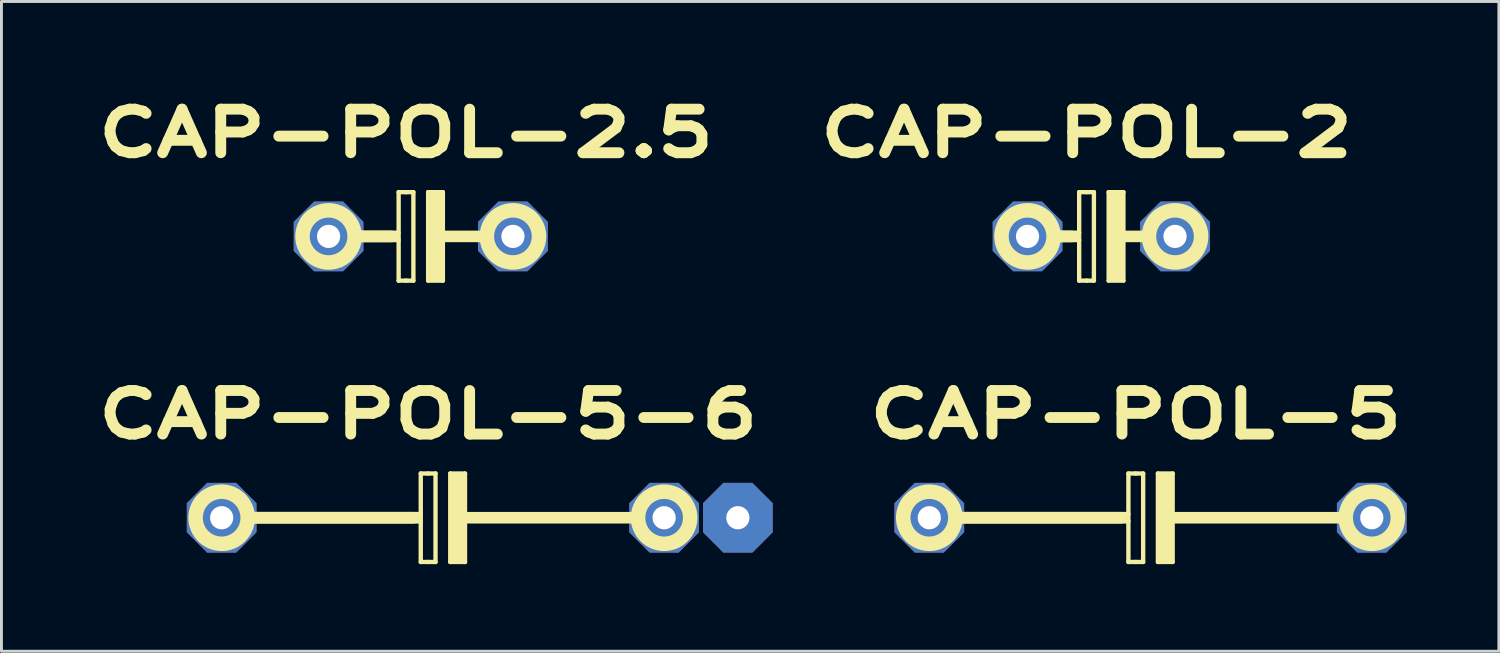
<source format=kicad_pcb>
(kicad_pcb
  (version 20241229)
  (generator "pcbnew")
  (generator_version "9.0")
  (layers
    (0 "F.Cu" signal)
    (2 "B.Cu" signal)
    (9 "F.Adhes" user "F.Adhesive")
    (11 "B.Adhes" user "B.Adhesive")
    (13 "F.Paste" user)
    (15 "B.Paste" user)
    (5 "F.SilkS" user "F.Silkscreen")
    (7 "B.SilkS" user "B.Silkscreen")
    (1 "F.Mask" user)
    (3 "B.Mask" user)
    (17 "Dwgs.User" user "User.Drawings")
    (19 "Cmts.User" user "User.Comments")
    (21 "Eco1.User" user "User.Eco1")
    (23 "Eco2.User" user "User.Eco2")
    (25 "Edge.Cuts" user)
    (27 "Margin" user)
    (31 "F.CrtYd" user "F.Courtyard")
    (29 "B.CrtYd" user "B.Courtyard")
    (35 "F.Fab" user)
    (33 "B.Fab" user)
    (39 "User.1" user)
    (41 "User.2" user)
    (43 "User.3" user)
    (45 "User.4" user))
  (footprint "CAP-POL-2"
    (layer "F.Cu")
    (at 34.881 5.092)
    (property "Reference" "CAP-POL-2" (at -0.508 -3.556 0) (layer "F.SilkS") (effects (font (size 1.5 2) (thickness 0.375))))
    (attr through_hole)
    (fp_line (start -1.642 0) (end -1.016 0) (stroke (width 0.4) (type solid)) (layer "F.SilkS"))
    (fp_line (start -1.524 -0.127) (end -1.524 0.127) (stroke (width 0.15) (type solid)) (layer "F.SilkS"))
    (fp_line (start -1.524 0.127) (end -0.762 0.127) (stroke (width 0.15) (type solid)) (layer "F.SilkS"))
    (fp_line (start -0.762 -1.524) (end -0.762 1.524) (stroke (width 0.15) (type solid)) (layer "F.SilkS"))
    (fp_line (start -0.762 -0.127) (end -1.524 -0.127) (stroke (width 0.15) (type solid)) (layer "F.SilkS"))
    (fp_line (start -0.762 1.524) (end -0.508 1.524) (stroke (width 0.15) (type solid)) (layer "F.SilkS"))
    (fp_line (start -0.508 -1.524) (end -0.762 -1.524) (stroke (width 0.15) (type solid)) (layer "F.SilkS"))
    (fp_line (start -0.508 1.524) (end -0.254 1.524) (stroke (width 0.15) (type solid)) (layer "F.SilkS"))
    (fp_line (start -0.254 -1.524) (end -0.508 -1.524) (stroke (width 0.15) (type solid)) (layer "F.SilkS"))
    (fp_line (start -0.254 1.524) (end -0.254 -1.524) (stroke (width 0.15) (type solid)) (layer "F.SilkS"))
    (fp_line (start 0.254 -1.524) (end 0.254 1.524) (stroke (width 0.15) (type solid)) (layer "F.SilkS"))
    (fp_line (start 0.254 1.524) (end 0.762 1.524) (stroke (width 0.15) (type solid)) (layer "F.SilkS"))
    (fp_line (start 0.508 -1.27) (end 0.508 1.27) (stroke (width 0.6) (type solid)) (layer "F.SilkS"))
    (fp_line (start 0.762 -1.524) (end 0.254 -1.524) (stroke (width 0.15) (type solid)) (layer "F.SilkS"))
    (fp_line (start 0.762 0) (end 1.642 0) (stroke (width 0.4) (type solid)) (layer "F.SilkS"))
    (fp_line (start 0.762 1.524) (end 0.762 -1.524) (stroke (width 0.15) (type solid)) (layer "F.SilkS"))
    (fp_circle (center -2.54 0) (end -1.642 0) (stroke (width 0.5) (type solid)) (fill no) (layer "F.SilkS"))
    (fp_circle (center 2.54 0) (end 3.438 0) (stroke (width 0.5) (type solid)) (fill no) (layer "F.SilkS"))
    (pad "1" thru_hole custom (at -2.54 0) (size 1.524 1.524) (drill 0.8) (layers "*.Cu" "*.Mask") (options (anchor rect)) (primitives (gr_poly (pts (xy -1.2 0.5) (xy -1.2 -0.5) (xy -0.5 -1.2) (xy 0.5 -1.2) (xy 1.2 -0.5) (xy 1.2 0.5) (xy 0.5 1.2) (xy -0.5 1.2)) (width 0) (fill yes))))
    (pad "2" thru_hole custom (at 2.54 0) (size 1.524 1.524) (drill 0.8) (layers "*.Cu" "*.Mask") (options (anchor rect)) (primitives (gr_poly (pts (xy -1.2 0.5) (xy -1.2 -0.5) (xy -0.5 -1.2) (xy 0.5 -1.2) (xy 1.2 -0.5) (xy 1.2 0.5) (xy 0.5 1.2) (xy -0.5 1.2)) (width 0) (fill yes)))))
  (footprint "CAP-POL-2.5"
    (layer "F.Cu")
    (at 11.442 5.092)
    (property "Reference" "CAP-POL-2.5" (at -0.508 -3.556 0) (layer "F.SilkS") (effects (font (size 1.5 2) (thickness 0.375))))
    (attr through_hole)
    (fp_line (start -2.286 0.127) (end -0.762 0.127) (stroke (width 0.15) (type solid)) (layer "F.SilkS"))
    (fp_line (start -2.277 0) (end -1.016 0) (stroke (width 0.4) (type solid)) (layer "F.SilkS"))
    (fp_line (start -0.762 -1.524) (end -0.762 1.524) (stroke (width 0.15) (type solid)) (layer "F.SilkS"))
    (fp_line (start -0.762 -0.127) (end -2.286 -0.127) (stroke (width 0.15) (type solid)) (layer "F.SilkS"))
    (fp_line (start -0.762 1.524) (end -0.508 1.524) (stroke (width 0.15) (type solid)) (layer "F.SilkS"))
    (fp_line (start -0.508 -1.524) (end -0.762 -1.524) (stroke (width 0.15) (type solid)) (layer "F.SilkS"))
    (fp_line (start -0.508 1.524) (end -0.254 1.524) (stroke (width 0.15) (type solid)) (layer "F.SilkS"))
    (fp_line (start -0.254 -1.524) (end -0.508 -1.524) (stroke (width 0.15) (type solid)) (layer "F.SilkS"))
    (fp_line (start -0.254 1.524) (end -0.254 -1.524) (stroke (width 0.15) (type solid)) (layer "F.SilkS"))
    (fp_line (start 0.254 -1.524) (end 0.254 1.524) (stroke (width 0.15) (type solid)) (layer "F.SilkS"))
    (fp_line (start 0.254 1.524) (end 0.762 1.524) (stroke (width 0.15) (type solid)) (layer "F.SilkS"))
    (fp_line (start 0.508 -1.27) (end 0.508 1.27) (stroke (width 0.6) (type solid)) (layer "F.SilkS"))
    (fp_line (start 0.762 -1.524) (end 0.254 -1.524) (stroke (width 0.15) (type solid)) (layer "F.SilkS"))
    (fp_line (start 0.762 0) (end 2.277 0) (stroke (width 0.4) (type solid)) (layer "F.SilkS"))
    (fp_line (start 0.762 1.524) (end 0.762 -1.524) (stroke (width 0.15) (type solid)) (layer "F.SilkS"))
    (fp_circle (center -3.175 0) (end -2.277 0) (stroke (width 0.5) (type solid)) (fill no) (layer "F.SilkS"))
    (fp_circle (center 3.175 0) (end 4.073 0) (stroke (width 0.5) (type solid)) (fill no) (layer "F.SilkS"))
    (pad "1" thru_hole custom (at -3.175 0) (size 1.524 1.524) (drill 0.8) (layers "*.Cu" "*.Mask") (options (anchor rect)) (primitives (gr_poly (pts (xy -1.2 0.5) (xy -1.2 -0.5) (xy -0.5 -1.2) (xy 0.5 -1.2) (xy 1.2 -0.5) (xy 1.2 0.5) (xy 0.5 1.2) (xy -0.5 1.2)) (width 0) (fill yes))))
    (pad "2" thru_hole custom (at 3.175 0) (size 1.524 1.524) (drill 0.8) (layers "*.Cu" "*.Mask") (options (anchor rect)) (primitives (gr_poly (pts (xy -1.2 0.5) (xy -1.2 -0.5) (xy -0.5 -1.2) (xy 0.5 -1.2) (xy 1.2 -0.5) (xy 1.2 0.5) (xy 0.5 1.2) (xy -0.5 1.2)) (width 0) (fill yes)))))
  (footprint "CAP-POL-5"
    (layer "F.Cu")
    (at 36.577 14.782)
    (property "Reference" "CAP-POL-5" (at -0.508 -3.556 0) (layer "F.SilkS") (effects (font (size 1.5 2) (thickness 0.375))))
    (attr through_hole)
    (fp_line (start -6.604 0) (end -1.016 0) (stroke (width 0.4) (type solid)) (layer "F.SilkS"))
    (fp_line (start -6.604 0.127) (end -0.762 0.127) (stroke (width 0.15) (type solid)) (layer "F.SilkS"))
    (fp_line (start -0.762 -1.524) (end -0.762 1.524) (stroke (width 0.15) (type solid)) (layer "F.SilkS"))
    (fp_line (start -0.762 -0.127) (end -6.604 -0.127) (stroke (width 0.15) (type solid)) (layer "F.SilkS"))
    (fp_line (start -0.762 1.524) (end -0.508 1.524) (stroke (width 0.15) (type solid)) (layer "F.SilkS"))
    (fp_line (start -0.508 -1.524) (end -0.762 -1.524) (stroke (width 0.15) (type solid)) (layer "F.SilkS"))
    (fp_line (start -0.508 1.524) (end -0.254 1.524) (stroke (width 0.15) (type solid)) (layer "F.SilkS"))
    (fp_line (start -0.254 -1.524) (end -0.508 -1.524) (stroke (width 0.15) (type solid)) (layer "F.SilkS"))
    (fp_line (start -0.254 1.524) (end -0.254 -1.524) (stroke (width 0.15) (type solid)) (layer "F.SilkS"))
    (fp_line (start 0.254 -1.524) (end 0.254 1.524) (stroke (width 0.15) (type solid)) (layer "F.SilkS"))
    (fp_line (start 0.254 1.524) (end 0.762 1.524) (stroke (width 0.15) (type solid)) (layer "F.SilkS"))
    (fp_line (start 0.508 -1.27) (end 0.508 1.27) (stroke (width 0.6) (type solid)) (layer "F.SilkS"))
    (fp_line (start 0.762 -1.524) (end 0.254 -1.524) (stroke (width 0.15) (type solid)) (layer "F.SilkS"))
    (fp_line (start 0.762 0) (end 6.722 0) (stroke (width 0.4) (type solid)) (layer "F.SilkS"))
    (fp_line (start 0.762 1.524) (end 0.762 -1.524) (stroke (width 0.15) (type solid)) (layer "F.SilkS"))
    (fp_circle (center -7.62 0) (end -6.722 0) (stroke (width 0.5) (type solid)) (fill no) (layer "F.SilkS"))
    (fp_circle (center 7.62 0) (end 8.518 0) (stroke (width 0.5) (type solid)) (fill no) (layer "F.SilkS"))
    (pad "1" thru_hole custom (at -7.62 0) (size 1.524 1.524) (drill 0.8) (layers "*.Cu" "*.Mask") (options (anchor rect)) (primitives (gr_poly (pts (xy -1.2 0.5) (xy -1.2 -0.5) (xy -0.5 -1.2) (xy 0.5 -1.2) (xy 1.2 -0.5) (xy 1.2 0.5) (xy 0.5 1.2) (xy -0.5 1.2)) (width 0) (fill yes))))
    (pad "2" thru_hole custom (at 7.62 0) (size 1.524 1.524) (drill 0.8) (layers "*.Cu" "*.Mask") (options (anchor rect)) (primitives (gr_poly (pts (xy -1.2 0.5) (xy -1.2 -0.5) (xy -0.5 -1.2) (xy 0.5 -1.2) (xy 1.2 -0.5) (xy 1.2 0.5) (xy 0.5 1.2) (xy -0.5 1.2)) (width 0) (fill yes)))))
  (footprint "CAP-POL-5-6"
    (layer "F.Cu")
    (at 12.204 14.782)
    (property "Reference" "CAP-POL-5-6" (at -0.508 -3.556 0) (layer "F.SilkS") (effects (font (size 1.5 2) (thickness 0.375))))
    (attr through_hole)
    (fp_line (start -6.604 0) (end -1.016 0) (stroke (width 0.4) (type solid)) (layer "F.SilkS"))
    (fp_line (start -6.604 0.127) (end -0.762 0.127) (stroke (width 0.15) (type solid)) (layer "F.SilkS"))
    (fp_line (start -0.762 -1.524) (end -0.762 1.524) (stroke (width 0.15) (type solid)) (layer "F.SilkS"))
    (fp_line (start -0.762 -0.127) (end -6.604 -0.127) (stroke (width 0.15) (type solid)) (layer "F.SilkS"))
    (fp_line (start -0.762 1.524) (end -0.508 1.524) (stroke (width 0.15) (type solid)) (layer "F.SilkS"))
    (fp_line (start -0.508 -1.524) (end -0.762 -1.524) (stroke (width 0.15) (type solid)) (layer "F.SilkS"))
    (fp_line (start -0.508 1.524) (end -0.254 1.524) (stroke (width 0.15) (type solid)) (layer "F.SilkS"))
    (fp_line (start -0.254 -1.524) (end -0.508 -1.524) (stroke (width 0.15) (type solid)) (layer "F.SilkS"))
    (fp_line (start -0.254 1.524) (end -0.254 -1.524) (stroke (width 0.15) (type solid)) (layer "F.SilkS"))
    (fp_line (start 0.254 -1.524) (end 0.254 1.524) (stroke (width 0.15) (type solid)) (layer "F.SilkS"))
    (fp_line (start 0.254 1.524) (end 0.762 1.524) (stroke (width 0.15) (type solid)) (layer "F.SilkS"))
    (fp_line (start 0.508 -1.27) (end 0.508 1.27) (stroke (width 0.6) (type solid)) (layer "F.SilkS"))
    (fp_line (start 0.762 -1.524) (end 0.254 -1.524) (stroke (width 0.15) (type solid)) (layer "F.SilkS"))
    (fp_line (start 0.762 0) (end 6.722 0) (stroke (width 0.4) (type solid)) (layer "F.SilkS"))
    (fp_line (start 0.762 1.524) (end 0.762 -1.524) (stroke (width 0.15) (type solid)) (layer "F.SilkS"))
    (fp_circle (center -7.62 0) (end -6.722 0) (stroke (width 0.5) (type solid)) (fill no) (layer "F.SilkS"))
    (fp_circle (center 7.62 0) (end 8.518 0) (stroke (width 0.5) (type solid)) (fill no) (layer "F.SilkS"))
    (pad "1" thru_hole custom (at -7.62 0) (size 1.524 1.524) (drill 0.8) (layers "*.Cu" "*.Mask") (options (anchor rect)) (primitives (gr_poly (pts (xy 1.2 -0.5) (xy 1.2 0.5) (xy 0.5 1.2) (xy -0.5 1.2) (xy -1.2 0.5) (xy -1.2 -0.5) (xy -0.5 -1.2) (xy 0.5 -1.2)) (width 0) (fill yes))))
    (pad "2" thru_hole custom (at 7.62 0) (size 1.524 1.524) (drill 0.8) (layers "*.Cu" "*.Mask") (options (anchor rect)) (primitives (gr_poly (pts (xy 1.2 -0.5) (xy 1.2 0.5) (xy 0.5 1.2) (xy -0.5 1.2) (xy -1.2 0.5) (xy -1.2 -0.5) (xy -0.5 -1.2) (xy 0.5 -1.2)) (width 0) (fill yes))))
    (pad "2" thru_hole custom (at 10.16 0) (size 1.524 1.524) (drill 0.8) (layers "*.Cu" "*.Mask") (options (anchor rect)) (primitives (gr_poly (pts (xy 1.2 -0.5) (xy 1.2 0.5) (xy 0.5 1.2) (xy -0.5 1.2) (xy -1.2 0.5) (xy -1.2 -0.5) (xy -0.5 -1.2) (xy 0.5 -1.2)) (width 0) (fill yes)))))
  (gr_rect
    (start -3 -3)
    (end 48.575 19.381)
    (stroke (width 0.1) (type default))
    (fill no)
    (layer "Edge.Cuts")))
</source>
